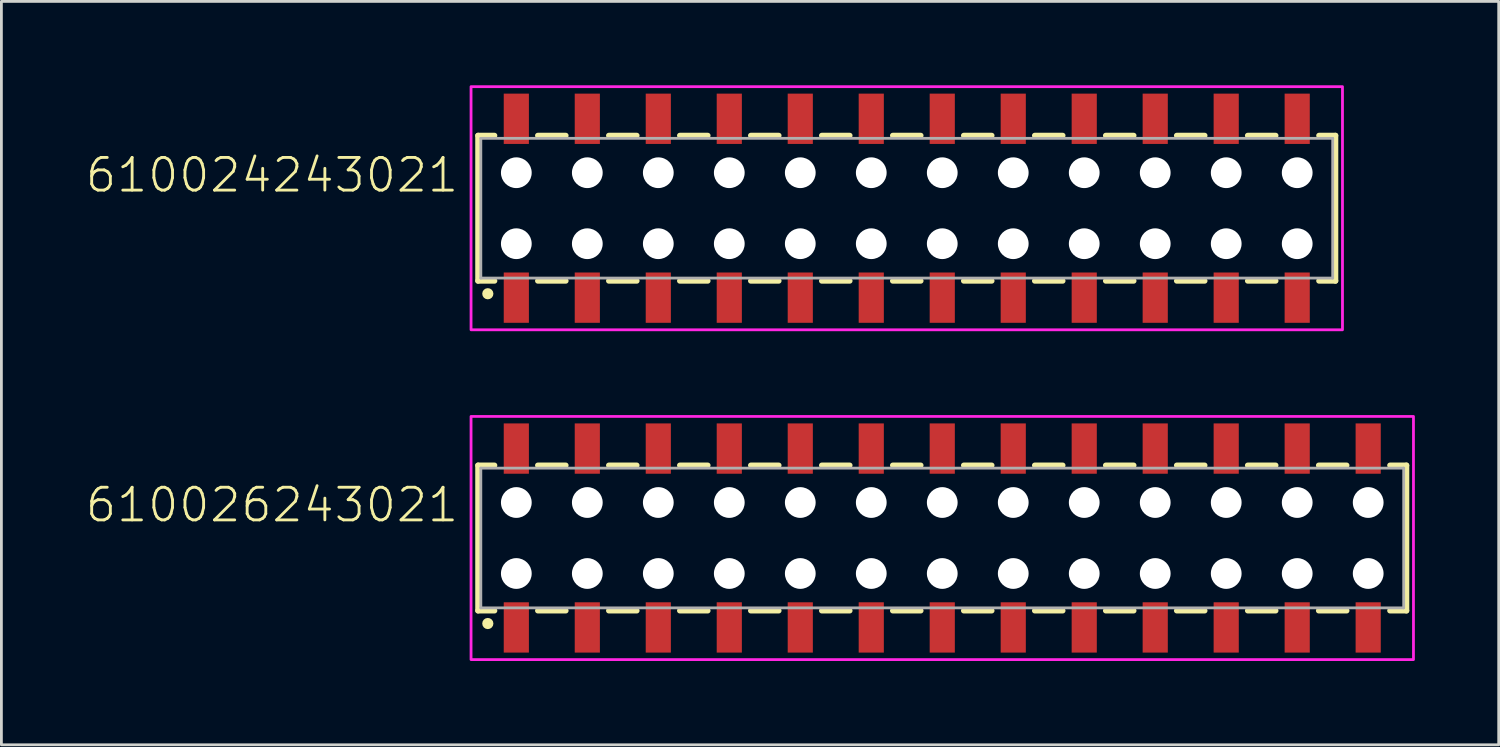
<source format=kicad_pcb>
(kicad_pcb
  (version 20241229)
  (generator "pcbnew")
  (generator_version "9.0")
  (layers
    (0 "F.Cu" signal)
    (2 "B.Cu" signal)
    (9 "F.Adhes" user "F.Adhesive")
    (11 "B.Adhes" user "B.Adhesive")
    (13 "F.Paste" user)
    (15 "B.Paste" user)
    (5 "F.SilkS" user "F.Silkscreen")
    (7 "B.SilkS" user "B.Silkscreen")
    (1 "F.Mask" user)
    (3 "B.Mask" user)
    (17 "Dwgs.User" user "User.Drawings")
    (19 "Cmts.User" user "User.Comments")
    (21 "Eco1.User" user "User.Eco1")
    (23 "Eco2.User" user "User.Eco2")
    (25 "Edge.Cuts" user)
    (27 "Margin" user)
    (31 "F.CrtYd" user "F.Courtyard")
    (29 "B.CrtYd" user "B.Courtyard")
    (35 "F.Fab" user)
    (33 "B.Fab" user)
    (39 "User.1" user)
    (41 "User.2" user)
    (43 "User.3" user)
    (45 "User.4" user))
  (footprint "610024243021"
    (layer "F.Cu")
    (at 29.394 4.4)
    (property "Reference" "610024243021" (at -15.97 -0.5 0) (unlocked yes) (layer "F.SilkS") (effects (font (size 1.168 1.168) (thickness 0.102)) (justify right bottom)))
    (fp_line (start -15.34 -2.6) (end -15.34 2.6) (stroke (width 0.2) (type solid)) (layer "F.SilkS"))
    (fp_line (start -15.34 2.6) (end -14.75 2.6) (stroke (width 0.2) (type solid)) (layer "F.SilkS"))
    (fp_line (start -14.75 -2.6) (end -15.34 -2.6) (stroke (width 0.2) (type solid)) (layer "F.SilkS"))
    (fp_line (start -13.2 2.6) (end -12.2 2.6) (stroke (width 0.2) (type solid)) (layer "F.SilkS"))
    (fp_line (start -12.2 -2.6) (end -13.2 -2.6) (stroke (width 0.2) (type solid)) (layer "F.SilkS"))
    (fp_line (start -10.66 2.6) (end -9.66 2.6) (stroke (width 0.2) (type solid)) (layer "F.SilkS"))
    (fp_line (start -9.66 -2.6) (end -10.66 -2.6) (stroke (width 0.2) (type solid)) (layer "F.SilkS"))
    (fp_line (start -8.12 2.6) (end -7.12 2.6) (stroke (width 0.2) (type solid)) (layer "F.SilkS"))
    (fp_line (start -7.12 -2.6) (end -8.12 -2.6) (stroke (width 0.2) (type solid)) (layer "F.SilkS"))
    (fp_line (start -5.58 2.6) (end -4.58 2.6) (stroke (width 0.2) (type solid)) (layer "F.SilkS"))
    (fp_line (start -4.58 -2.6) (end -5.58 -2.6) (stroke (width 0.2) (type solid)) (layer "F.SilkS"))
    (fp_line (start -3.04 2.6) (end -2.04 2.6) (stroke (width 0.2) (type solid)) (layer "F.SilkS"))
    (fp_line (start -2.04 -2.6) (end -3.04 -2.6) (stroke (width 0.2) (type solid)) (layer "F.SilkS"))
    (fp_line (start -0.5 2.6) (end 0.5 2.6) (stroke (width 0.2) (type solid)) (layer "F.SilkS"))
    (fp_line (start 0.5 -2.6) (end -0.5 -2.6) (stroke (width 0.2) (type solid)) (layer "F.SilkS"))
    (fp_line (start 2.04 2.6) (end 3.04 2.6) (stroke (width 0.2) (type solid)) (layer "F.SilkS"))
    (fp_line (start 3.04 -2.6) (end 2.04 -2.6) (stroke (width 0.2) (type solid)) (layer "F.SilkS"))
    (fp_line (start 4.58 2.6) (end 5.58 2.6) (stroke (width 0.2) (type solid)) (layer "F.SilkS"))
    (fp_line (start 5.58 -2.6) (end 4.58 -2.6) (stroke (width 0.2) (type solid)) (layer "F.SilkS"))
    (fp_line (start 7.12 2.6) (end 8.12 2.6) (stroke (width 0.2) (type solid)) (layer "F.SilkS"))
    (fp_line (start 8.12 -2.6) (end 7.12 -2.6) (stroke (width 0.2) (type solid)) (layer "F.SilkS"))
    (fp_line (start 9.66 2.6) (end 10.66 2.6) (stroke (width 0.2) (type solid)) (layer "F.SilkS"))
    (fp_line (start 10.66 -2.6) (end 9.66 -2.6) (stroke (width 0.2) (type solid)) (layer "F.SilkS"))
    (fp_line (start 12.2 2.6) (end 13.2 2.6) (stroke (width 0.2) (type solid)) (layer "F.SilkS"))
    (fp_line (start 13.2 -2.6) (end 12.2 -2.6) (stroke (width 0.2) (type solid)) (layer "F.SilkS"))
    (fp_line (start 14.75 -2.6) (end 15.34 -2.6) (stroke (width 0.2) (type solid)) (layer "F.SilkS"))
    (fp_line (start 15.34 -2.6) (end 15.34 2.6) (stroke (width 0.2) (type solid)) (layer "F.SilkS"))
    (fp_line (start 15.34 2.6) (end 14.75 2.6) (stroke (width 0.2) (type solid)) (layer "F.SilkS"))
    (fp_circle (center -14.99 3.06) (end -14.89 3.06) (stroke (width 0.2) (type solid)) (fill no) (layer "F.SilkS"))
    (fp_poly (pts (xy 15.59 4.35) (xy -15.59 4.35) (xy -15.59 -4.35) (xy 15.59 -4.35)) (stroke (width 0.1) (type default)) (fill no) (layer "F.CrtYd"))
    (fp_line (start -15.24 -2.5) (end -15.24 2.5) (stroke (width 0.1) (type solid)) (layer "F.Fab"))
    (fp_line (start -15.24 -2.5) (end 15.24 -2.5) (stroke (width 0.1) (type solid)) (layer "F.Fab"))
    (fp_line (start -15.24 2.5) (end 15.24 2.5) (stroke (width 0.1) (type solid)) (layer "F.Fab"))
    (fp_line (start 15.24 2.5) (end 15.24 -2.5) (stroke (width 0.1) (type solid)) (layer "F.Fab"))
    (pad "" np_thru_hole circle (at -13.97 -1.27) (size 1.1 1.1) (drill 1.1) (layers "*.Cu" "*.Mask"))
    (pad "" np_thru_hole circle (at -13.97 1.27) (size 1.1 1.1) (drill 1.1) (layers "*.Cu" "*.Mask"))
    (pad "" np_thru_hole circle (at -11.43 -1.27) (size 1.1 1.1) (drill 1.1) (layers "*.Cu" "*.Mask"))
    (pad "" np_thru_hole circle (at -11.43 1.27) (size 1.1 1.1) (drill 1.1) (layers "*.Cu" "*.Mask"))
    (pad "" np_thru_hole circle (at -8.89 -1.27) (size 1.1 1.1) (drill 1.1) (layers "*.Cu" "*.Mask"))
    (pad "" np_thru_hole circle (at -8.89 1.27) (size 1.1 1.1) (drill 1.1) (layers "*.Cu" "*.Mask"))
    (pad "" np_thru_hole circle (at -6.35 -1.27) (size 1.1 1.1) (drill 1.1) (layers "*.Cu" "*.Mask"))
    (pad "" np_thru_hole circle (at -6.35 1.27) (size 1.1 1.1) (drill 1.1) (layers "*.Cu" "*.Mask"))
    (pad "" np_thru_hole circle (at -3.81 -1.27) (size 1.1 1.1) (drill 1.1) (layers "*.Cu" "*.Mask"))
    (pad "" np_thru_hole circle (at -3.81 1.27) (size 1.1 1.1) (drill 1.1) (layers "*.Cu" "*.Mask"))
    (pad "" np_thru_hole circle (at -1.27 -1.27) (size 1.1 1.1) (drill 1.1) (layers "*.Cu" "*.Mask"))
    (pad "" np_thru_hole circle (at -1.27 1.27) (size 1.1 1.1) (drill 1.1) (layers "*.Cu" "*.Mask"))
    (pad "" np_thru_hole circle (at 1.27 -1.27) (size 1.1 1.1) (drill 1.1) (layers "*.Cu" "*.Mask"))
    (pad "" np_thru_hole circle (at 1.27 1.27) (size 1.1 1.1) (drill 1.1) (layers "*.Cu" "*.Mask"))
    (pad "" np_thru_hole circle (at 3.81 -1.27) (size 1.1 1.1) (drill 1.1) (layers "*.Cu" "*.Mask"))
    (pad "" np_thru_hole circle (at 3.81 1.27) (size 1.1 1.1) (drill 1.1) (layers "*.Cu" "*.Mask"))
    (pad "" np_thru_hole circle (at 6.35 -1.27) (size 1.1 1.1) (drill 1.1) (layers "*.Cu" "*.Mask"))
    (pad "" np_thru_hole circle (at 6.35 1.27) (size 1.1 1.1) (drill 1.1) (layers "*.Cu" "*.Mask"))
    (pad "" np_thru_hole circle (at 8.89 -1.27) (size 1.1 1.1) (drill 1.1) (layers "*.Cu" "*.Mask"))
    (pad "" np_thru_hole circle (at 8.89 1.27) (size 1.1 1.1) (drill 1.1) (layers "*.Cu" "*.Mask"))
    (pad "" np_thru_hole circle (at 11.43 -1.27) (size 1.1 1.1) (drill 1.1) (layers "*.Cu" "*.Mask"))
    (pad "" np_thru_hole circle (at 11.43 1.27) (size 1.1 1.1) (drill 1.1) (layers "*.Cu" "*.Mask"))
    (pad "" np_thru_hole circle (at 13.97 -1.27) (size 1.1 1.1) (drill 1.1) (layers "*.Cu" "*.Mask"))
    (pad "" np_thru_hole circle (at 13.97 1.27) (size 1.1 1.1) (drill 1.1) (layers "*.Cu" "*.Mask"))
    (pad "1" smd rect (at -13.97 3.2 90) (size 1.8 0.9) (layers "F.Cu" "F.Mask" "F.Paste"))
    (pad "2" smd rect (at -13.97 -3.2 90) (size 1.8 0.9) (layers "F.Cu" "F.Mask" "F.Paste"))
    (pad "3" smd rect (at -11.43 3.2 90) (size 1.8 0.9) (layers "F.Cu" "F.Mask" "F.Paste"))
    (pad "4" smd rect (at -11.43 -3.2 90) (size 1.8 0.9) (layers "F.Cu" "F.Mask" "F.Paste"))
    (pad "5" smd rect (at -8.89 3.2 90) (size 1.8 0.9) (layers "F.Cu" "F.Mask" "F.Paste"))
    (pad "6" smd rect (at -8.89 -3.2 90) (size 1.8 0.9) (layers "F.Cu" "F.Mask" "F.Paste"))
    (pad "7" smd rect (at -6.35 3.2 90) (size 1.8 0.9) (layers "F.Cu" "F.Mask" "F.Paste"))
    (pad "8" smd rect (at -6.35 -3.2 90) (size 1.8 0.9) (layers "F.Cu" "F.Mask" "F.Paste"))
    (pad "9" smd rect (at -3.81 3.2 90) (size 1.8 0.9) (layers "F.Cu" "F.Mask" "F.Paste"))
    (pad "10" smd rect (at -3.81 -3.2 90) (size 1.8 0.9) (layers "F.Cu" "F.Mask" "F.Paste"))
    (pad "11" smd rect (at -1.27 3.2 90) (size 1.8 0.9) (layers "F.Cu" "F.Mask" "F.Paste"))
    (pad "12" smd rect (at -1.27 -3.2 90) (size 1.8 0.9) (layers "F.Cu" "F.Mask" "F.Paste"))
    (pad "13" smd rect (at 1.27 3.2 90) (size 1.8 0.9) (layers "F.Cu" "F.Mask" "F.Paste"))
    (pad "14" smd rect (at 1.27 -3.2 90) (size 1.8 0.9) (layers "F.Cu" "F.Mask" "F.Paste"))
    (pad "15" smd rect (at 3.81 3.2 90) (size 1.8 0.9) (layers "F.Cu" "F.Mask" "F.Paste"))
    (pad "16" smd rect (at 3.81 -3.2 90) (size 1.8 0.9) (layers "F.Cu" "F.Mask" "F.Paste"))
    (pad "17" smd rect (at 6.35 3.2 90) (size 1.8 0.9) (layers "F.Cu" "F.Mask" "F.Paste"))
    (pad "18" smd rect (at 6.35 -3.2 90) (size 1.8 0.9) (layers "F.Cu" "F.Mask" "F.Paste"))
    (pad "19" smd rect (at 8.89 3.2 90) (size 1.8 0.9) (layers "F.Cu" "F.Mask" "F.Paste"))
    (pad "20" smd rect (at 8.89 -3.2 90) (size 1.8 0.9) (layers "F.Cu" "F.Mask" "F.Paste"))
    (pad "21" smd rect (at 11.43 3.2 90) (size 1.8 0.9) (layers "F.Cu" "F.Mask" "F.Paste"))
    (pad "22" smd rect (at 11.43 -3.2 90) (size 1.8 0.9) (layers "F.Cu" "F.Mask" "F.Paste"))
    (pad "23" smd rect (at 13.97 3.2 90) (size 1.8 0.9) (layers "F.Cu" "F.Mask" "F.Paste"))
    (pad "24" smd rect (at 13.97 -3.2 90) (size 1.8 0.9) (layers "F.Cu" "F.Mask" "F.Paste")))
  (footprint "610026243021"
    (layer "F.Cu")
    (at 30.664 16.2)
    (property "Reference" "610026243021" (at -17.24 -0.5 0) (unlocked yes) (layer "F.SilkS") (effects (font (size 1.168 1.168) (thickness 0.102)) (justify right bottom)))
    (fp_line (start -16.61 -2.6) (end -16.61 2.6) (stroke (width 0.2) (type solid)) (layer "F.SilkS"))
    (fp_line (start -16.61 2.6) (end -16.02 2.6) (stroke (width 0.2) (type solid)) (layer "F.SilkS"))
    (fp_line (start -16.02 -2.6) (end -16.61 -2.6) (stroke (width 0.2) (type solid)) (layer "F.SilkS"))
    (fp_line (start -14.47 2.6) (end -13.47 2.6) (stroke (width 0.2) (type solid)) (layer "F.SilkS"))
    (fp_line (start -13.47 -2.6) (end -14.47 -2.6) (stroke (width 0.2) (type solid)) (layer "F.SilkS"))
    (fp_line (start -11.93 2.6) (end -10.93 2.6) (stroke (width 0.2) (type solid)) (layer "F.SilkS"))
    (fp_line (start -10.93 -2.6) (end -11.93 -2.6) (stroke (width 0.2) (type solid)) (layer "F.SilkS"))
    (fp_line (start -9.39 2.6) (end -8.39 2.6) (stroke (width 0.2) (type solid)) (layer "F.SilkS"))
    (fp_line (start -8.39 -2.6) (end -9.39 -2.6) (stroke (width 0.2) (type solid)) (layer "F.SilkS"))
    (fp_line (start -6.85 2.6) (end -5.85 2.6) (stroke (width 0.2) (type solid)) (layer "F.SilkS"))
    (fp_line (start -5.85 -2.6) (end -6.85 -2.6) (stroke (width 0.2) (type solid)) (layer "F.SilkS"))
    (fp_line (start -4.31 2.6) (end -3.31 2.6) (stroke (width 0.2) (type solid)) (layer "F.SilkS"))
    (fp_line (start -3.31 -2.6) (end -4.31 -2.6) (stroke (width 0.2) (type solid)) (layer "F.SilkS"))
    (fp_line (start -1.77 2.6) (end -0.77 2.6) (stroke (width 0.2) (type solid)) (layer "F.SilkS"))
    (fp_line (start -0.77 -2.6) (end -1.77 -2.6) (stroke (width 0.2) (type solid)) (layer "F.SilkS"))
    (fp_line (start 0.77 2.6) (end 1.77 2.6) (stroke (width 0.2) (type solid)) (layer "F.SilkS"))
    (fp_line (start 1.77 -2.6) (end 0.77 -2.6) (stroke (width 0.2) (type solid)) (layer "F.SilkS"))
    (fp_line (start 3.31 2.6) (end 4.31 2.6) (stroke (width 0.2) (type solid)) (layer "F.SilkS"))
    (fp_line (start 4.31 -2.6) (end 3.31 -2.6) (stroke (width 0.2) (type solid)) (layer "F.SilkS"))
    (fp_line (start 5.85 2.6) (end 6.85 2.6) (stroke (width 0.2) (type solid)) (layer "F.SilkS"))
    (fp_line (start 6.85 -2.6) (end 5.85 -2.6) (stroke (width 0.2) (type solid)) (layer "F.SilkS"))
    (fp_line (start 8.39 2.6) (end 9.39 2.6) (stroke (width 0.2) (type solid)) (layer "F.SilkS"))
    (fp_line (start 9.39 -2.6) (end 8.39 -2.6) (stroke (width 0.2) (type solid)) (layer "F.SilkS"))
    (fp_line (start 10.93 2.6) (end 11.93 2.6) (stroke (width 0.2) (type solid)) (layer "F.SilkS"))
    (fp_line (start 11.93 -2.6) (end 10.93 -2.6) (stroke (width 0.2) (type solid)) (layer "F.SilkS"))
    (fp_line (start 13.47 2.6) (end 14.47 2.6) (stroke (width 0.2) (type solid)) (layer "F.SilkS"))
    (fp_line (start 14.47 -2.6) (end 13.47 -2.6) (stroke (width 0.2) (type solid)) (layer "F.SilkS"))
    (fp_line (start 16.02 -2.6) (end 16.61 -2.6) (stroke (width 0.2) (type solid)) (layer "F.SilkS"))
    (fp_line (start 16.61 -2.6) (end 16.61 2.6) (stroke (width 0.2) (type solid)) (layer "F.SilkS"))
    (fp_line (start 16.61 2.6) (end 16.02 2.6) (stroke (width 0.2) (type solid)) (layer "F.SilkS"))
    (fp_circle (center -16.26 3.06) (end -16.16 3.06) (stroke (width 0.2) (type solid)) (fill no) (layer "F.SilkS"))
    (fp_poly (pts (xy 16.86 4.35) (xy -16.86 4.35) (xy -16.86 -4.35) (xy 16.86 -4.35)) (stroke (width 0.1) (type default)) (fill no) (layer "F.CrtYd"))
    (fp_line (start -16.51 -2.5) (end -16.51 2.5) (stroke (width 0.1) (type solid)) (layer "F.Fab"))
    (fp_line (start -16.51 -2.5) (end 16.51 -2.5) (stroke (width 0.1) (type solid)) (layer "F.Fab"))
    (fp_line (start -16.51 2.5) (end 16.51 2.5) (stroke (width 0.1) (type solid)) (layer "F.Fab"))
    (fp_line (start 16.51 2.5) (end 16.51 -2.5) (stroke (width 0.1) (type solid)) (layer "F.Fab"))
    (pad "" np_thru_hole circle (at -15.24 -1.27) (size 1.1 1.1) (drill 1.1) (layers "*.Cu" "*.Mask"))
    (pad "" np_thru_hole circle (at -15.24 1.27) (size 1.1 1.1) (drill 1.1) (layers "*.Cu" "*.Mask"))
    (pad "" np_thru_hole circle (at -12.7 -1.27) (size 1.1 1.1) (drill 1.1) (layers "*.Cu" "*.Mask"))
    (pad "" np_thru_hole circle (at -12.7 1.27) (size 1.1 1.1) (drill 1.1) (layers "*.Cu" "*.Mask"))
    (pad "" np_thru_hole circle (at -10.16 -1.27) (size 1.1 1.1) (drill 1.1) (layers "*.Cu" "*.Mask"))
    (pad "" np_thru_hole circle (at -10.16 1.27) (size 1.1 1.1) (drill 1.1) (layers "*.Cu" "*.Mask"))
    (pad "" np_thru_hole circle (at -7.62 -1.27) (size 1.1 1.1) (drill 1.1) (layers "*.Cu" "*.Mask"))
    (pad "" np_thru_hole circle (at -7.62 1.27) (size 1.1 1.1) (drill 1.1) (layers "*.Cu" "*.Mask"))
    (pad "" np_thru_hole circle (at -5.08 -1.27) (size 1.1 1.1) (drill 1.1) (layers "*.Cu" "*.Mask"))
    (pad "" np_thru_hole circle (at -5.08 1.27) (size 1.1 1.1) (drill 1.1) (layers "*.Cu" "*.Mask"))
    (pad "" np_thru_hole circle (at -2.54 -1.27) (size 1.1 1.1) (drill 1.1) (layers "*.Cu" "*.Mask"))
    (pad "" np_thru_hole circle (at -2.54 1.27) (size 1.1 1.1) (drill 1.1) (layers "*.Cu" "*.Mask"))
    (pad "" np_thru_hole circle (at 0 -1.27) (size 1.1 1.1) (drill 1.1) (layers "*.Cu" "*.Mask"))
    (pad "" np_thru_hole circle (at 0 1.27) (size 1.1 1.1) (drill 1.1) (layers "*.Cu" "*.Mask"))
    (pad "" np_thru_hole circle (at 2.54 -1.27) (size 1.1 1.1) (drill 1.1) (layers "*.Cu" "*.Mask"))
    (pad "" np_thru_hole circle (at 2.54 1.27) (size 1.1 1.1) (drill 1.1) (layers "*.Cu" "*.Mask"))
    (pad "" np_thru_hole circle (at 5.08 -1.27) (size 1.1 1.1) (drill 1.1) (layers "*.Cu" "*.Mask"))
    (pad "" np_thru_hole circle (at 5.08 1.27) (size 1.1 1.1) (drill 1.1) (layers "*.Cu" "*.Mask"))
    (pad "" np_thru_hole circle (at 7.62 -1.27) (size 1.1 1.1) (drill 1.1) (layers "*.Cu" "*.Mask"))
    (pad "" np_thru_hole circle (at 7.62 1.27) (size 1.1 1.1) (drill 1.1) (layers "*.Cu" "*.Mask"))
    (pad "" np_thru_hole circle (at 10.16 -1.27) (size 1.1 1.1) (drill 1.1) (layers "*.Cu" "*.Mask"))
    (pad "" np_thru_hole circle (at 10.16 1.27) (size 1.1 1.1) (drill 1.1) (layers "*.Cu" "*.Mask"))
    (pad "" np_thru_hole circle (at 12.7 -1.27) (size 1.1 1.1) (drill 1.1) (layers "*.Cu" "*.Mask"))
    (pad "" np_thru_hole circle (at 12.7 1.27) (size 1.1 1.1) (drill 1.1) (layers "*.Cu" "*.Mask"))
    (pad "" np_thru_hole circle (at 15.24 -1.27) (size 1.1 1.1) (drill 1.1) (layers "*.Cu" "*.Mask"))
    (pad "" np_thru_hole circle (at 15.24 1.27) (size 1.1 1.1) (drill 1.1) (layers "*.Cu" "*.Mask"))
    (pad "1" smd rect (at -15.24 3.2 90) (size 1.8 0.9) (layers "F.Cu" "F.Mask" "F.Paste"))
    (pad "2" smd rect (at -15.24 -3.2 90) (size 1.8 0.9) (layers "F.Cu" "F.Mask" "F.Paste"))
    (pad "3" smd rect (at -12.7 3.2 90) (size 1.8 0.9) (layers "F.Cu" "F.Mask" "F.Paste"))
    (pad "4" smd rect (at -12.7 -3.2 90) (size 1.8 0.9) (layers "F.Cu" "F.Mask" "F.Paste"))
    (pad "5" smd rect (at -10.16 3.2 90) (size 1.8 0.9) (layers "F.Cu" "F.Mask" "F.Paste"))
    (pad "6" smd rect (at -10.16 -3.2 90) (size 1.8 0.9) (layers "F.Cu" "F.Mask" "F.Paste"))
    (pad "7" smd rect (at -7.62 3.2 90) (size 1.8 0.9) (layers "F.Cu" "F.Mask" "F.Paste"))
    (pad "8" smd rect (at -7.62 -3.2 90) (size 1.8 0.9) (layers "F.Cu" "F.Mask" "F.Paste"))
    (pad "9" smd rect (at -5.08 3.2 90) (size 1.8 0.9) (layers "F.Cu" "F.Mask" "F.Paste"))
    (pad "10" smd rect (at -5.08 -3.2 90) (size 1.8 0.9) (layers "F.Cu" "F.Mask" "F.Paste"))
    (pad "11" smd rect (at -2.54 3.2 90) (size 1.8 0.9) (layers "F.Cu" "F.Mask" "F.Paste"))
    (pad "12" smd rect (at -2.54 -3.2 90) (size 1.8 0.9) (layers "F.Cu" "F.Mask" "F.Paste"))
    (pad "13" smd rect (at 0 3.2 90) (size 1.8 0.9) (layers "F.Cu" "F.Mask" "F.Paste"))
    (pad "14" smd rect (at 0 -3.2 90) (size 1.8 0.9) (layers "F.Cu" "F.Mask" "F.Paste"))
    (pad "15" smd rect (at 2.54 3.2 90) (size 1.8 0.9) (layers "F.Cu" "F.Mask" "F.Paste"))
    (pad "16" smd rect (at 2.54 -3.2 90) (size 1.8 0.9) (layers "F.Cu" "F.Mask" "F.Paste"))
    (pad "17" smd rect (at 5.08 3.2 90) (size 1.8 0.9) (layers "F.Cu" "F.Mask" "F.Paste"))
    (pad "18" smd rect (at 5.08 -3.2 90) (size 1.8 0.9) (layers "F.Cu" "F.Mask" "F.Paste"))
    (pad "19" smd rect (at 7.62 3.2 90) (size 1.8 0.9) (layers "F.Cu" "F.Mask" "F.Paste"))
    (pad "20" smd rect (at 7.62 -3.2 90) (size 1.8 0.9) (layers "F.Cu" "F.Mask" "F.Paste"))
    (pad "21" smd rect (at 10.16 3.2 90) (size 1.8 0.9) (layers "F.Cu" "F.Mask" "F.Paste"))
    (pad "22" smd rect (at 10.16 -3.2 90) (size 1.8 0.9) (layers "F.Cu" "F.Mask" "F.Paste"))
    (pad "23" smd rect (at 12.7 3.2 90) (size 1.8 0.9) (layers "F.Cu" "F.Mask" "F.Paste"))
    (pad "24" smd rect (at 12.7 -3.2 90) (size 1.8 0.9) (layers "F.Cu" "F.Mask" "F.Paste"))
    (pad "25" smd rect (at 15.24 3.2 90) (size 1.8 0.9) (layers "F.Cu" "F.Mask" "F.Paste"))
    (pad "26" smd rect (at 15.24 -3.2 90) (size 1.8 0.9) (layers "F.Cu" "F.Mask" "F.Paste")))
  (gr_rect
    (start -3 -3)
    (end 50.574 23.6)
    (stroke (width 0.1) (type default))
    (fill no)
    (layer "Edge.Cuts")))
</source>
